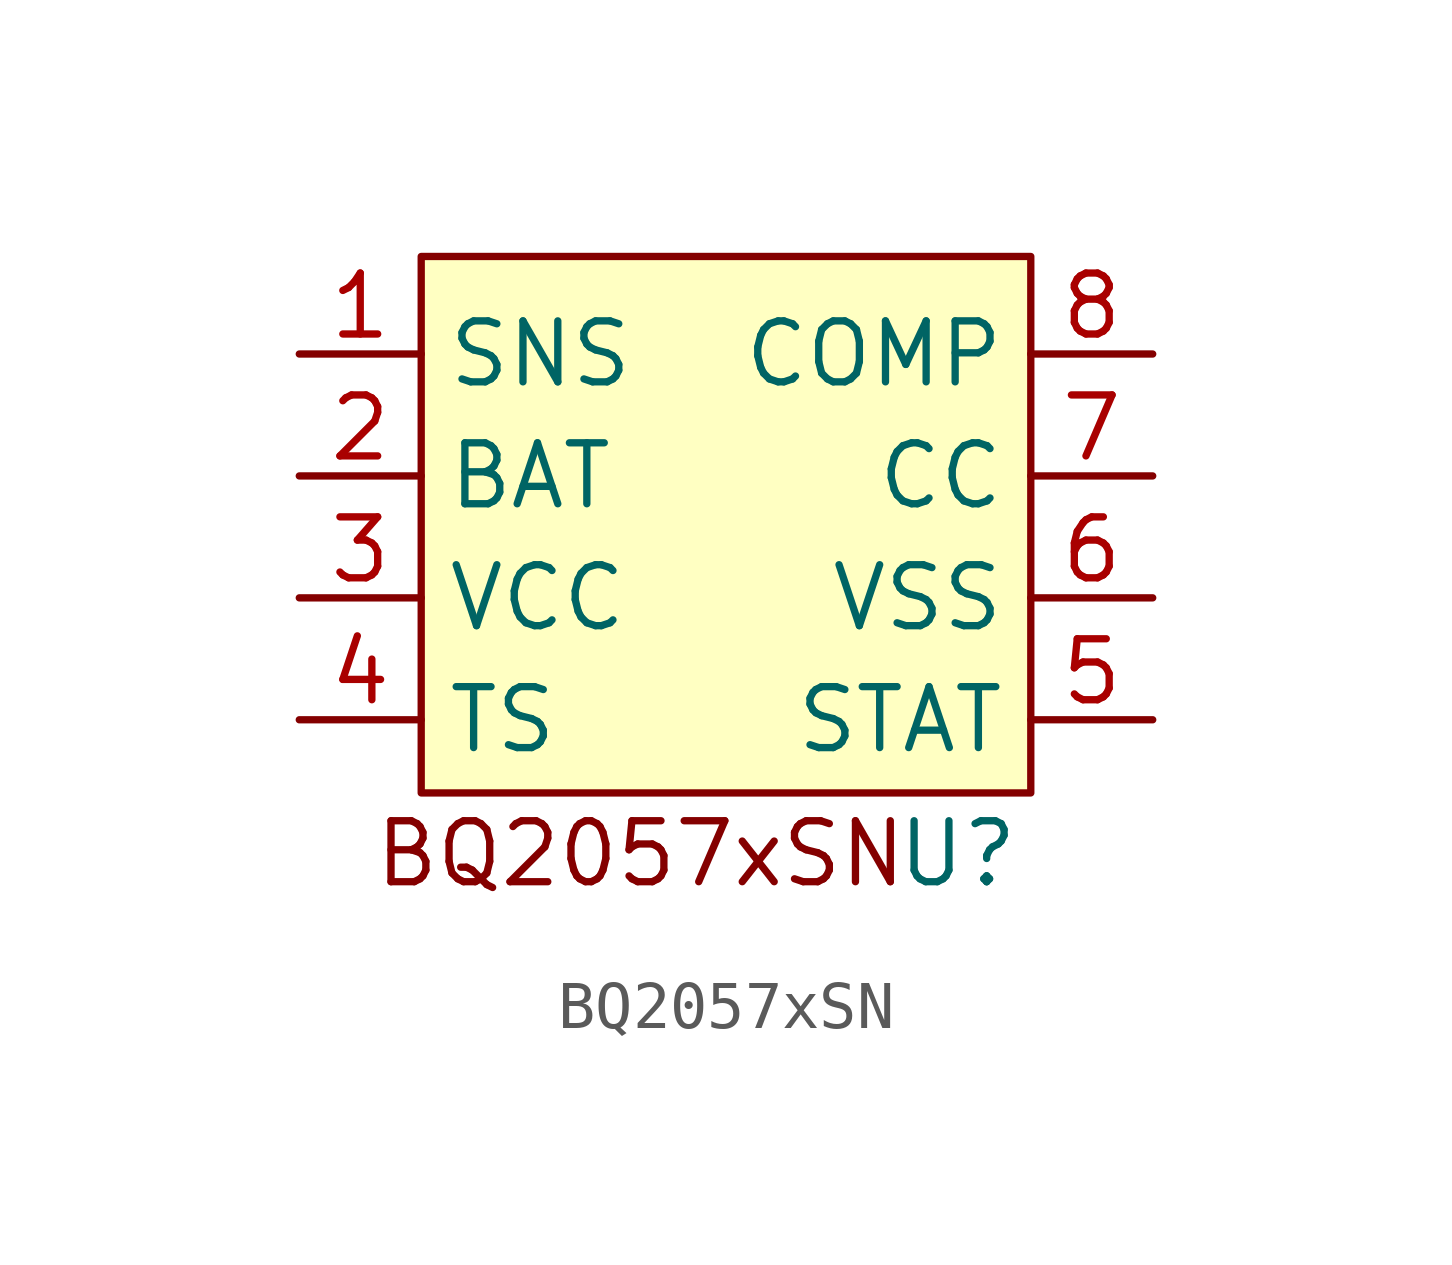
<source format=kicad_sym>
(kicad_symbol_lib
  (version 20231120)
  (generator "kicad_symbol_editor")
  (generator_version "8.0")
  (symbol "BQ2057xSN"
    (property "Reference" "U"
      (at 4.826 -1.524 0)
      (effects (font (size 1.27 1.27))))
    (property "Value" ""
      (at -2.54 5.08 0)
      (effects (font (size 1.27 1.27))))
    (symbol "BQ2057xSN_1_1"
      (rectangle (start -6.35 10.922) (end 6.35 -0.254) (stroke (width 0) (type default)) (fill (type background)))
      (text "BQ2057xSN" (at -1.778 -1.524 0) (effects (font (size 1.27 1.27))))
      (pin input line (at -8.89 8.89 0) (length 2.54) (name "SNS" (effects (font (size 1.27 1.27)))) (number "1" (effects (font (size 1.27 1.27)))))
      (pin input line (at -8.89 6.35 0) (length 2.54) (name "BAT" (effects (font (size 1.27 1.27)))) (number "2" (effects (font (size 1.27 1.27)))))
      (pin power_in line (at -8.89 3.81 0) (length 2.54) (name "VCC" (effects (font (size 1.27 1.27)))) (number "3" (effects (font (size 1.27 1.27)))))
      (pin input line (at -8.89 1.27 0) (length 2.54) (name "TS" (effects (font (size 1.27 1.27)))) (number "4" (effects (font (size 1.27 1.27)))))
      (pin output line (at 8.89 1.27 180) (length 2.54) (name "STAT" (effects (font (size 1.27 1.27)))) (number "5" (effects (font (size 1.27 1.27)))))
      (pin power_in line (at 8.89 3.81 180) (length 2.54) (name "VSS" (effects (font (size 1.27 1.27)))) (number "6" (effects (font (size 1.27 1.27)))))
      (pin output line (at 8.89 6.35 180) (length 2.54) (name "CC" (effects (font (size 1.27 1.27)))) (number "7" (effects (font (size 1.27 1.27)))))
      (pin input line (at 8.89 8.89 180) (length 2.54) (name "COMP" (effects (font (size 1.27 1.27)))) (number "8" (effects (font (size 1.27 1.27))))))))
</source>
